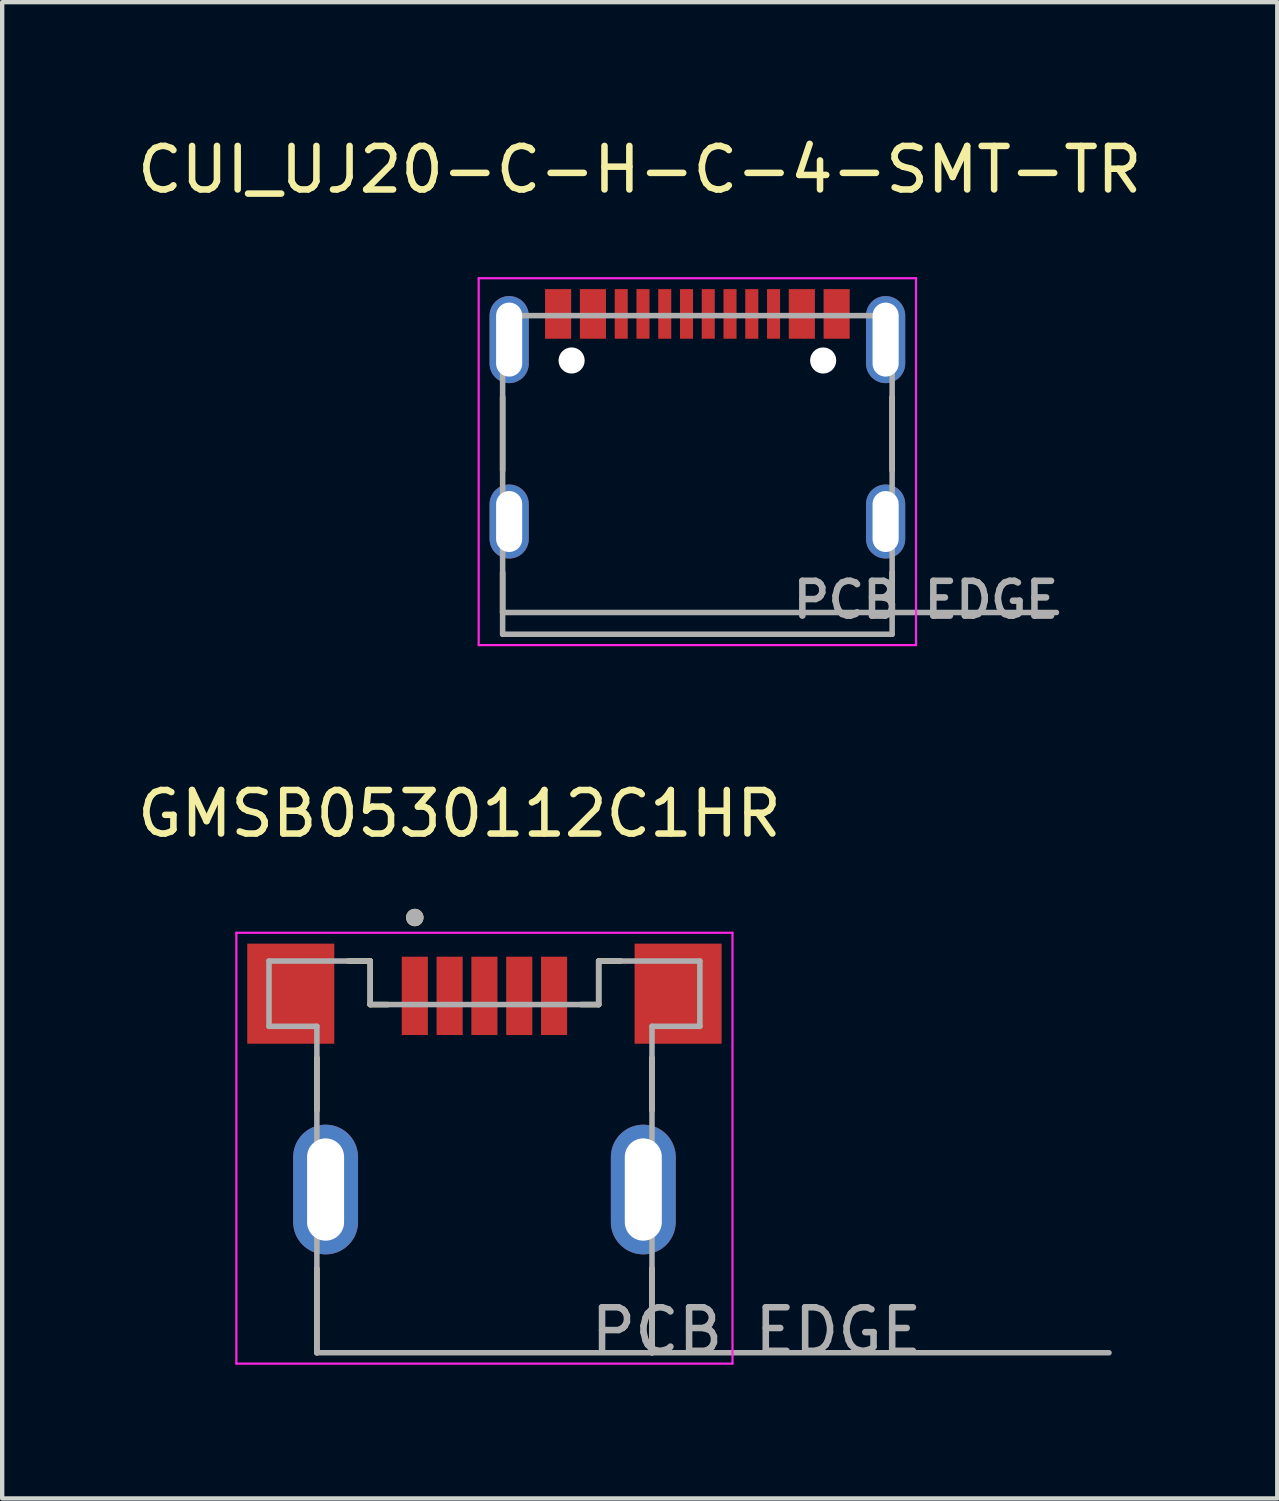
<source format=kicad_pcb>
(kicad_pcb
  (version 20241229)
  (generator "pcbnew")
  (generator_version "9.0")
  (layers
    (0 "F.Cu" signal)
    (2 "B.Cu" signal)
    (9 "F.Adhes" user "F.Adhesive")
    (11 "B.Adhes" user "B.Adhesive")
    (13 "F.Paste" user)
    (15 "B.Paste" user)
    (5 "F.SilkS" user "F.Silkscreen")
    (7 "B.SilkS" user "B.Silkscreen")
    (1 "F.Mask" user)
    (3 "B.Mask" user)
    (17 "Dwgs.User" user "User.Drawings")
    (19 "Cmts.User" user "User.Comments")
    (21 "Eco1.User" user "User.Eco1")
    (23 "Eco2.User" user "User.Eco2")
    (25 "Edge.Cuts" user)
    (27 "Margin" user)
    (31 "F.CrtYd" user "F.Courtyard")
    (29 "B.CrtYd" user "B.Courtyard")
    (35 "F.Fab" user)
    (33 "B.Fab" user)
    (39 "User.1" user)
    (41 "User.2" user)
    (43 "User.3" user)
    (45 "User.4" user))
  (footprint "GMSB0530112C1HR"
    (layer "F.Cu")
    (at 8.081 24.282)
    (property "Reference" "GMSB0530112C1HR" (at -0.575 -8.635 0) (layer "F.SilkS") (effects (font (size 1 1) (thickness 0.15))))
    (attr smd)
    (fp_poly (pts (xy -1.95 -5.4) (xy -1.25 -5.4) (xy -1.25 -3.5) (xy -1.95 -3.5)) (stroke (width 0.01) (type solid)) (fill yes) (layer "F.Mask"))
    (fp_poly (pts (xy -1.15 -5.4) (xy -0.45 -5.4) (xy -0.45 -3.5) (xy -1.15 -3.5)) (stroke (width 0.01) (type solid)) (fill yes) (layer "F.Mask"))
    (fp_poly (pts (xy -0.35 -5.4) (xy 0.35 -5.4) (xy 0.35 -3.5) (xy -0.35 -3.5)) (stroke (width 0.01) (type solid)) (fill yes) (layer "F.Mask"))
    (fp_poly (pts (xy 0.45 -5.4) (xy 1.15 -5.4) (xy 1.15 -3.5) (xy 0.45 -3.5)) (stroke (width 0.01) (type solid)) (fill yes) (layer "F.Mask"))
    (fp_poly (pts (xy 1.25 -5.4) (xy 1.95 -5.4) (xy 1.95 -3.5) (xy 1.25 -3.5)) (stroke (width 0.01) (type solid)) (fill yes) (layer "F.Mask"))
    (fp_line (start -3.85 -3.03) (end -3.85 -1.815) (stroke (width 0.127) (type solid)) (layer "F.SilkS"))
    (fp_line (start -3.85 3.75) (end -3.85 1.815) (stroke (width 0.127) (type solid)) (layer "F.SilkS"))
    (fp_line (start -3.13 -5.25) (end -2.625 -5.25) (stroke (width 0.127) (type solid)) (layer "F.SilkS"))
    (fp_line (start -2.625 -5.25) (end -2.625 -4.25) (stroke (width 0.127) (type solid)) (layer "F.SilkS"))
    (fp_line (start -2.625 -4.25) (end -2.22 -4.25) (stroke (width 0.127) (type solid)) (layer "F.SilkS"))
    (fp_line (start 2.22 -4.25) (end 2.625 -4.25) (stroke (width 0.127) (type solid)) (layer "F.SilkS"))
    (fp_line (start 2.625 -5.25) (end 3.13 -5.25) (stroke (width 0.127) (type solid)) (layer "F.SilkS"))
    (fp_line (start 2.625 -4.25) (end 2.625 -5.25) (stroke (width 0.127) (type solid)) (layer "F.SilkS"))
    (fp_line (start 3.85 -3.03) (end 3.85 -1.815) (stroke (width 0.127) (type solid)) (layer "F.SilkS"))
    (fp_line (start 3.85 3.75) (end 3.85 1.815) (stroke (width 0.127) (type solid)) (layer "F.SilkS"))
    (fp_circle (center -1.6 -6.25) (end -1.5 -6.25) (stroke (width 0.2) (type solid)) (fill no) (layer "F.SilkS"))
    (fp_line (start -5.7 -5.9) (end -5.7 4) (stroke (width 0.05) (type solid)) (layer "F.CrtYd"))
    (fp_line (start -5.7 4) (end 5.7 4) (stroke (width 0.05) (type solid)) (layer "F.CrtYd"))
    (fp_line (start 5.7 -5.9) (end -5.7 -5.9) (stroke (width 0.05) (type solid)) (layer "F.CrtYd"))
    (fp_line (start 5.7 4) (end 5.7 -5.9) (stroke (width 0.05) (type solid)) (layer "F.CrtYd"))
    (fp_line (start -4.95 -5.25) (end -2.625 -5.25) (stroke (width 0.127) (type solid)) (layer "F.Fab"))
    (fp_line (start -4.95 -3.75) (end -4.95 -5.25) (stroke (width 0.127) (type solid)) (layer "F.Fab"))
    (fp_line (start -3.85 -3.75) (end -4.95 -3.75) (stroke (width 0.127) (type solid)) (layer "F.Fab"))
    (fp_line (start -3.85 3.75) (end -3.85 -3.75) (stroke (width 0.127) (type solid)) (layer "F.Fab"))
    (fp_line (start -2.625 -5.25) (end -2.625 -4.25) (stroke (width 0.127) (type solid)) (layer "F.Fab"))
    (fp_line (start -2.625 -4.25) (end 2.625 -4.25) (stroke (width 0.127) (type solid)) (layer "F.Fab"))
    (fp_line (start 2.625 -5.25) (end 4.95 -5.25) (stroke (width 0.127) (type solid)) (layer "F.Fab"))
    (fp_line (start 2.625 -4.25) (end 2.625 -5.25) (stroke (width 0.127) (type solid)) (layer "F.Fab"))
    (fp_line (start 3.85 -3.75) (end 3.85 3.75) (stroke (width 0.127) (type solid)) (layer "F.Fab"))
    (fp_line (start 3.85 3.75) (end -3.85 3.75) (stroke (width 0.127) (type solid)) (layer "F.Fab"))
    (fp_line (start 4.95 -5.25) (end 4.95 -3.75) (stroke (width 0.127) (type solid)) (layer "F.Fab"))
    (fp_line (start 4.95 -3.75) (end 3.85 -3.75) (stroke (width 0.127) (type solid)) (layer "F.Fab"))
    (fp_line (start 14.35 3.75) (end 3.85 3.75) (stroke (width 0.127) (type solid)) (layer "F.Fab"))
    (fp_circle (center -1.6 -6.25) (end -1.5 -6.25) (stroke (width 0.2) (type solid)) (fill no) (layer "F.Fab"))
    (fp_text user "PCB EDGE" (at 6.25 3.25 0) (layer "F.Fab") (effects (font (size 1 1) (thickness 0.15))))
    (pad "1" smd rect (at -1.6 -4.45) (size 0.6 1.8) (layers "F.Cu" "F.Paste"))
    (pad "2" smd rect (at -0.8 -4.45) (size 0.6 1.8) (layers "F.Cu" "F.Paste"))
    (pad "3" smd rect (at 0 -4.45) (size 0.6 1.8) (layers "F.Cu" "F.Paste"))
    (pad "4" smd rect (at 0.8 -4.45) (size 0.6 1.8) (layers "F.Cu" "F.Paste"))
    (pad "5" smd rect (at 1.6 -4.45) (size 0.6 1.8) (layers "F.Cu" "F.Paste"))
    (pad "6" smd rect (at -4.45 -4.5) (size 2 2.3) (layers "F.Cu" "F.Mask" "F.Paste"))
    (pad "6" thru_hole oval (at -3.65 0) (size 1.49 2.98) (drill oval 0.85 2.35) (layers "*.Cu" "*.Mask"))
    (pad "6" thru_hole oval (at 3.65 0) (size 1.49 2.98) (drill oval 0.85 2.35) (layers "*.Cu" "*.Mask"))
    (pad "6" smd rect (at 4.45 -4.5) (size 2 2.3) (layers "F.Cu" "F.Mask" "F.Paste")))
  (footprint "CUI_UJ20-C-H-C-4-SMT-TR"
    (layer "F.Cu")
    (at 12.974 7.923)
    (property "Reference" "CUI_UJ20-C-H-C-4-SMT-TR" (at -1.325 -7.075 0) (layer "F.SilkS") (effects (font (size 1 1) (thickness 0.15))))
    (attr smd)
    (fp_poly (pts (xy -3.55 -4.38) (xy -2.85 -4.38) (xy -2.85 -3.14) (xy -3.55 -3.14)) (stroke (width 0.01) (type solid)) (fill yes) (layer "F.Mask"))
    (fp_poly (pts (xy -2.75 -4.38) (xy -2.05 -4.38) (xy -2.05 -3.14) (xy -2.75 -3.14)) (stroke (width 0.01) (type solid)) (fill yes) (layer "F.Mask"))
    (fp_poly (pts (xy -1.95 -4.38) (xy -1.55 -4.38) (xy -1.55 -3.14) (xy -1.95 -3.14)) (stroke (width 0.01) (type solid)) (fill yes) (layer "F.Mask"))
    (fp_poly (pts (xy -1.45 -4.38) (xy -1.05 -4.38) (xy -1.05 -3.14) (xy -1.45 -3.14)) (stroke (width 0.01) (type solid)) (fill yes) (layer "F.Mask"))
    (fp_poly (pts (xy -0.95 -4.38) (xy -0.55 -4.38) (xy -0.55 -3.14) (xy -0.95 -3.14)) (stroke (width 0.01) (type solid)) (fill yes) (layer "F.Mask"))
    (fp_poly (pts (xy -0.45 -4.38) (xy -0.05 -4.38) (xy -0.05 -3.14) (xy -0.45 -3.14)) (stroke (width 0.01) (type solid)) (fill yes) (layer "F.Mask"))
    (fp_poly (pts (xy 0.05 -4.38) (xy 0.45 -4.38) (xy 0.45 -3.14) (xy 0.05 -3.14)) (stroke (width 0.01) (type solid)) (fill yes) (layer "F.Mask"))
    (fp_poly (pts (xy 0.55 -4.38) (xy 0.95 -4.38) (xy 0.95 -3.14) (xy 0.55 -3.14)) (stroke (width 0.01) (type solid)) (fill yes) (layer "F.Mask"))
    (fp_poly (pts (xy 1.05 -4.38) (xy 1.45 -4.38) (xy 1.45 -3.14) (xy 1.05 -3.14)) (stroke (width 0.01) (type solid)) (fill yes) (layer "F.Mask"))
    (fp_poly (pts (xy 1.55 -4.38) (xy 1.95 -4.38) (xy 1.95 -3.14) (xy 1.55 -3.14)) (stroke (width 0.01) (type solid)) (fill yes) (layer "F.Mask"))
    (fp_poly (pts (xy 2.05 -4.38) (xy 2.75 -4.38) (xy 2.75 -3.14) (xy 2.05 -3.14)) (stroke (width 0.01) (type solid)) (fill yes) (layer "F.Mask"))
    (fp_poly (pts (xy 2.85 -4.38) (xy 3.55 -4.38) (xy 3.55 -3.14) (xy 2.85 -3.14)) (stroke (width 0.01) (type solid)) (fill yes) (layer "F.Mask"))
    (fp_line (start -4.475 -0.16) (end -4.475 -1.85) (stroke (width 0.127) (type solid)) (layer "F.SilkS"))
    (fp_line (start -4.475 3.1) (end -4.475 2.18) (stroke (width 0.127) (type solid)) (layer "F.SilkS"))
    (fp_line (start 4.475 -0.16) (end 4.475 -1.85) (stroke (width 0.127) (type solid)) (layer "F.SilkS"))
    (fp_line (start 4.475 3.1) (end 4.475 2.18) (stroke (width 0.127) (type solid)) (layer "F.SilkS"))
    (fp_line (start -5.025 -4.58) (end 5.025 -4.58) (stroke (width 0.05) (type solid)) (layer "F.CrtYd"))
    (fp_line (start -5.025 3.85) (end -5.025 -4.58) (stroke (width 0.05) (type solid)) (layer "F.CrtYd"))
    (fp_line (start 5.025 -4.58) (end 5.025 3.85) (stroke (width 0.05) (type solid)) (layer "F.CrtYd"))
    (fp_line (start 5.025 3.85) (end -5.025 3.85) (stroke (width 0.05) (type solid)) (layer "F.CrtYd"))
    (fp_line (start -4.475 -3.72) (end 4.475 -3.72) (stroke (width 0.127) (type solid)) (layer "F.Fab"))
    (fp_line (start -4.475 3.1) (end -4.475 -3.72) (stroke (width 0.127) (type solid)) (layer "F.Fab"))
    (fp_line (start -4.475 3.1) (end 8.25 3.1) (stroke (width 0.127) (type solid)) (layer "F.Fab"))
    (fp_line (start -4.475 3.6) (end -4.475 3.1) (stroke (width 0.127) (type solid)) (layer "F.Fab"))
    (fp_line (start 4.475 -3.72) (end 4.475 3.6) (stroke (width 0.127) (type solid)) (layer "F.Fab"))
    (fp_line (start 4.475 3.6) (end -4.475 3.6) (stroke (width 0.127) (type solid)) (layer "F.Fab"))
    (fp_text user "PCB EDGE" (at 5.25 2.81 0) (layer "F.Fab") (effects (font (size 0.8 0.8) (thickness 0.15))))
    (pad "" np_thru_hole circle (at -2.89 -2.69) (size 0.6 0.6) (drill 0.6) (layers "*.Cu" "*.Mask"))
    (pad "" np_thru_hole circle (at 2.89 -2.69) (size 0.6 0.6) (drill 0.6) (layers "*.Cu" "*.Mask"))
    (pad "A1_B12" smd rect (at -3.2 -3.76) (size 0.6 1.14) (layers "F.Cu" "F.Paste"))
    (pad "A4_B9" smd rect (at -2.4 -3.76) (size 0.6 1.14) (layers "F.Cu" "F.Paste"))
    (pad "A5" smd rect (at -1.25 -3.76) (size 0.3 1.14) (layers "F.Cu" "F.Paste"))
    (pad "A6" smd rect (at -0.25 -3.76) (size 0.3 1.14) (layers "F.Cu" "F.Paste"))
    (pad "A7" smd rect (at 0.25 -3.76) (size 0.3 1.14) (layers "F.Cu" "F.Paste"))
    (pad "A8" smd rect (at 1.25 -3.76) (size 0.3 1.14) (layers "F.Cu" "F.Paste"))
    (pad "A9_B4" smd rect (at 2.4 -3.76) (size 0.6 1.14) (layers "F.Cu" "F.Paste"))
    (pad "A12_B1" smd rect (at 3.2 -3.76) (size 0.6 1.14) (layers "F.Cu" "F.Paste"))
    (pad "B5" smd rect (at 1.75 -3.76) (size 0.3 1.14) (layers "F.Cu" "F.Paste"))
    (pad "B6" smd rect (at 0.75 -3.76) (size 0.3 1.14) (layers "F.Cu" "F.Paste"))
    (pad "B7" smd rect (at -0.75 -3.76) (size 0.3 1.14) (layers "F.Cu" "F.Paste"))
    (pad "B8" smd rect (at -1.75 -3.76) (size 0.3 1.14) (layers "F.Cu" "F.Paste"))
    (pad "S1" thru_hole oval (at -4.325 -3.17) (size 0.9 2) (drill oval 0.6 1.7) (layers "*.Cu" "*.Mask"))
    (pad "S1" thru_hole oval (at -4.325 1.01) (size 0.9 1.7) (drill oval 0.6 1.4) (layers "*.Cu" "*.Mask"))
    (pad "S1" thru_hole oval (at 4.325 -3.17) (size 0.9 2) (drill oval 0.6 1.7) (layers "*.Cu" "*.Mask"))
    (pad "S1" thru_hole oval (at 4.325 1.01) (size 0.9 1.7) (drill oval 0.6 1.4) (layers "*.Cu" "*.Mask")))
  (gr_rect
    (start -3 -3)
    (end 26.298 31.38)
    (stroke (width 0.1) (type default))
    (fill no)
    (layer "Edge.Cuts")))
</source>
